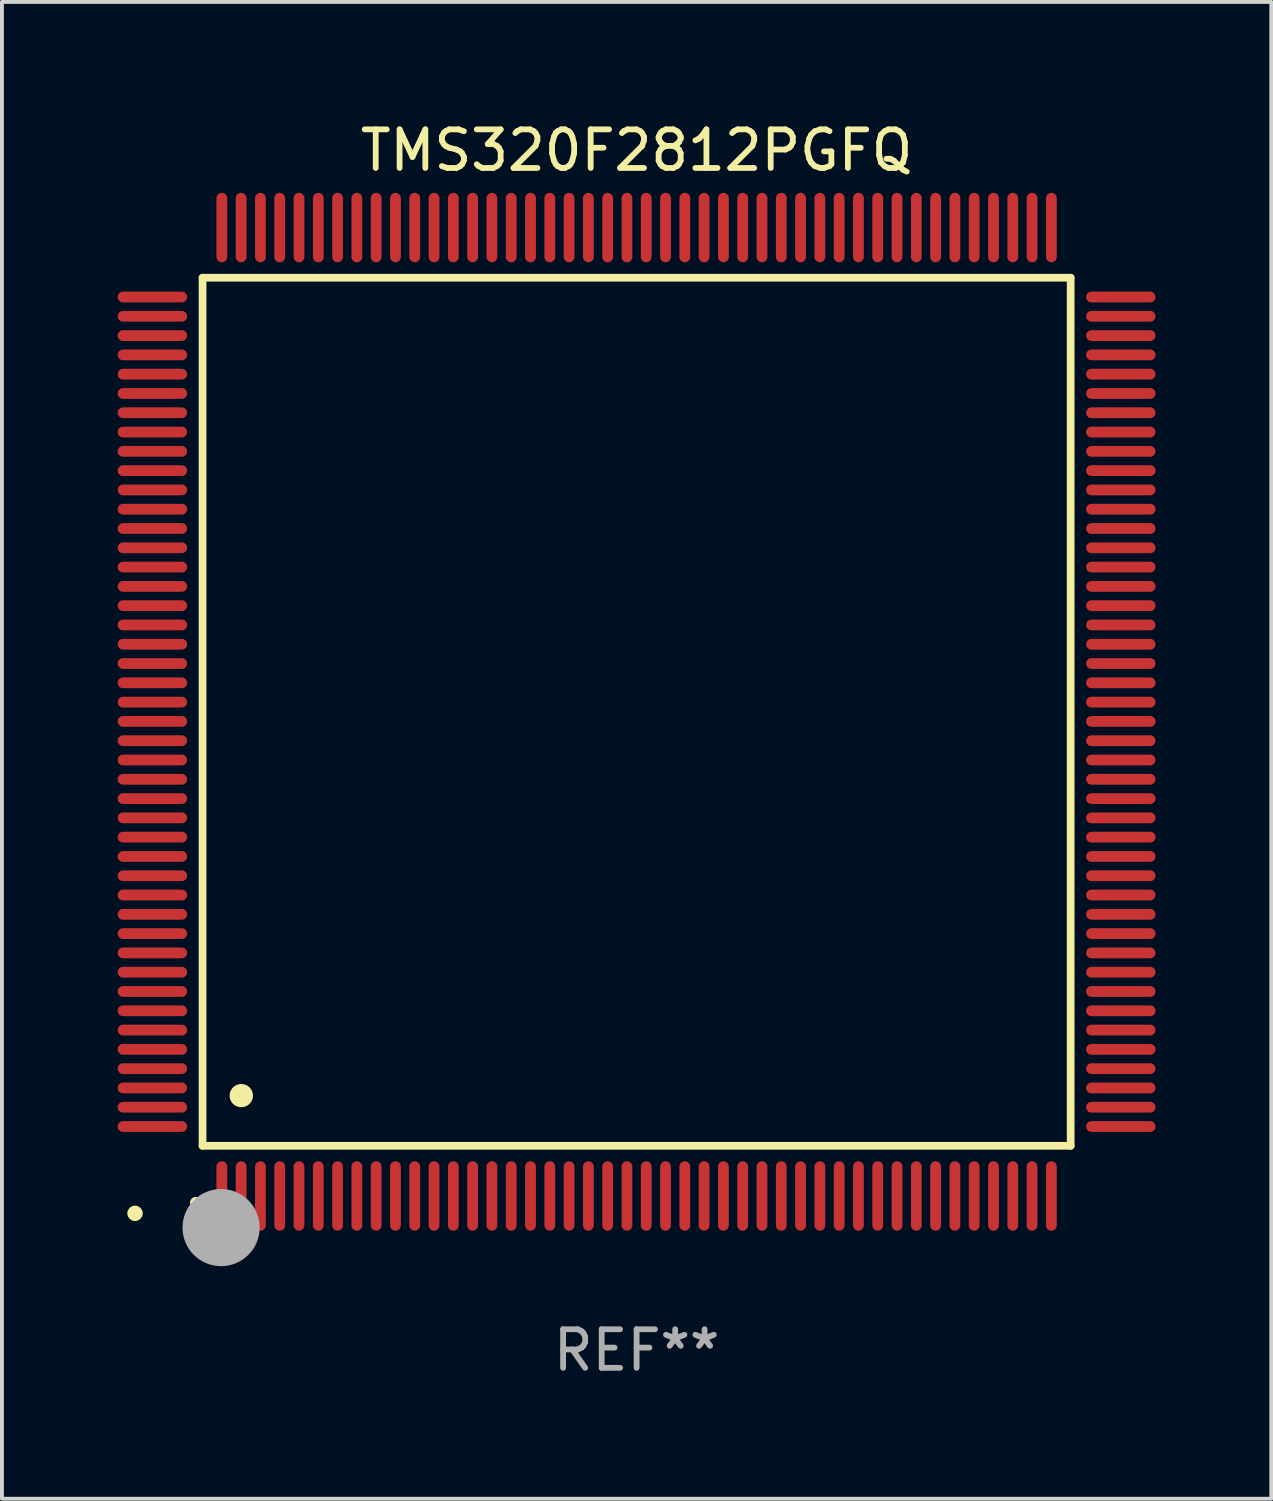
<source format=kicad_pcb>
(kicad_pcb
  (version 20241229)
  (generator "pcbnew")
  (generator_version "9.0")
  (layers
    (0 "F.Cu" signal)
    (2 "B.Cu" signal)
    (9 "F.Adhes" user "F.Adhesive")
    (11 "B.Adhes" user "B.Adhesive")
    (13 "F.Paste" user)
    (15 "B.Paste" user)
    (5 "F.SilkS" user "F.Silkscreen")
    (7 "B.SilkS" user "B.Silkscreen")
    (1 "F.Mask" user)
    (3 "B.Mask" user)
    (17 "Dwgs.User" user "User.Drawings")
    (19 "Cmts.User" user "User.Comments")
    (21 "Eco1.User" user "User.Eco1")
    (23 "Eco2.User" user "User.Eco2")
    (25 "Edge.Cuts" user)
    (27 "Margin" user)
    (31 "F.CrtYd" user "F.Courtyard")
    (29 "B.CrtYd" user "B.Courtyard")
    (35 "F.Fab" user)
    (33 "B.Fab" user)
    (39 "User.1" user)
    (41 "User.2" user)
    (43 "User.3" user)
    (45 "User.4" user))
  (footprint "TMS320F2812PGFQ"
    (layer "F.Cu")
    (at 13.45 15.398)
    (property "Reference" "TMS320F2812PGFQ" (at 0 -14.55 0) (layer "F.SilkS") (effects (font (size 1 1) (thickness 0.15))))
    (attr through_hole)
    (fp_line (start -11.25 -11.25) (end 11.25 -11.25) (stroke (width 0.2) (type solid)) (layer "F.SilkS"))
    (fp_line (start -11.25 11.25) (end -11.25 -11.25) (stroke (width 0.2) (type solid)) (layer "F.SilkS"))
    (fp_line (start 11.25 -11.25) (end 11.25 11.25) (stroke (width 0.2) (type solid)) (layer "F.SilkS"))
    (fp_line (start 11.25 11.25) (end -11.25 11.25) (stroke (width 0.2) (type solid)) (layer "F.SilkS"))
    (fp_arc (start -11.424943 12.725425) (mid -11.423673 12.72542) (end -11.422403 12.725425) (stroke (width 0.3) (type solid)) (layer "F.SilkS"))
    (fp_arc (start -10.24892 9.9492) (mid -10.24638 9.949189) (end -10.24384 9.9492) (stroke (width 0.6) (type solid)) (layer "F.SilkS"))
    (fp_circle (center -13 13) (end -12.9 13) (stroke (width 0.2) (type solid)) (fill no) (layer "F.SilkS"))
    (fp_circle (center -10.77 13.37) (end -10.27 13.37) (stroke (width 1) (type solid)) (fill no) (layer "F.Fab"))
    (fp_text user "REF**" (at 0 16.55 0) (layer "F.Fab") (effects (font (size 1 1) (thickness 0.15))))
    (pad "1" smd oval (at -10.75 12.55) (size 0.28 1.8) (layers "F.Cu" "F.Mask" "F.Paste"))
    (pad "2" smd oval (at -10.25 12.55) (size 0.28 1.8) (layers "F.Cu" "F.Mask" "F.Paste"))
    (pad "3" smd oval (at -9.75 12.55) (size 0.28 1.8) (layers "F.Cu" "F.Mask" "F.Paste"))
    (pad "4" smd oval (at -9.25 12.55) (size 0.28 1.8) (layers "F.Cu" "F.Mask" "F.Paste"))
    (pad "5" smd oval (at -8.75 12.55) (size 0.28 1.8) (layers "F.Cu" "F.Mask" "F.Paste"))
    (pad "6" smd oval (at -8.25 12.55) (size 0.28 1.8) (layers "F.Cu" "F.Mask" "F.Paste"))
    (pad "7" smd oval (at -7.75 12.55) (size 0.28 1.8) (layers "F.Cu" "F.Mask" "F.Paste"))
    (pad "8" smd oval (at -7.25 12.55) (size 0.28 1.8) (layers "F.Cu" "F.Mask" "F.Paste"))
    (pad "9" smd oval (at -6.75 12.55) (size 0.28 1.8) (layers "F.Cu" "F.Mask" "F.Paste"))
    (pad "10" smd oval (at -6.25 12.55) (size 0.28 1.8) (layers "F.Cu" "F.Mask" "F.Paste"))
    (pad "11" smd oval (at -5.75 12.55) (size 0.28 1.8) (layers "F.Cu" "F.Mask" "F.Paste"))
    (pad "12" smd oval (at -5.25 12.55) (size 0.28 1.8) (layers "F.Cu" "F.Mask" "F.Paste"))
    (pad "13" smd oval (at -4.75 12.55) (size 0.28 1.8) (layers "F.Cu" "F.Mask" "F.Paste"))
    (pad "14" smd oval (at -4.25 12.55) (size 0.28 1.8) (layers "F.Cu" "F.Mask" "F.Paste"))
    (pad "15" smd oval (at -3.75 12.55) (size 0.28 1.8) (layers "F.Cu" "F.Mask" "F.Paste"))
    (pad "16" smd oval (at -3.25 12.55) (size 0.28 1.8) (layers "F.Cu" "F.Mask" "F.Paste"))
    (pad "17" smd oval (at -2.75 12.55) (size 0.28 1.8) (layers "F.Cu" "F.Mask" "F.Paste"))
    (pad "18" smd oval (at -2.25 12.55) (size 0.28 1.8) (layers "F.Cu" "F.Mask" "F.Paste"))
    (pad "19" smd oval (at -1.75 12.55) (size 0.28 1.8) (layers "F.Cu" "F.Mask" "F.Paste"))
    (pad "20" smd oval (at -1.25 12.55) (size 0.28 1.8) (layers "F.Cu" "F.Mask" "F.Paste"))
    (pad "21" smd oval (at -0.75 12.55) (size 0.28 1.8) (layers "F.Cu" "F.Mask" "F.Paste"))
    (pad "22" smd oval (at -0.25 12.55) (size 0.28 1.8) (layers "F.Cu" "F.Mask" "F.Paste"))
    (pad "23" smd oval (at 0.25 12.55) (size 0.28 1.8) (layers "F.Cu" "F.Mask" "F.Paste"))
    (pad "24" smd oval (at 0.75 12.55) (size 0.28 1.8) (layers "F.Cu" "F.Mask" "F.Paste"))
    (pad "25" smd oval (at 1.25 12.55) (size 0.28 1.8) (layers "F.Cu" "F.Mask" "F.Paste"))
    (pad "26" smd oval (at 1.75 12.55) (size 0.28 1.8) (layers "F.Cu" "F.Mask" "F.Paste"))
    (pad "27" smd oval (at 2.25 12.55) (size 0.28 1.8) (layers "F.Cu" "F.Mask" "F.Paste"))
    (pad "28" smd oval (at 2.75 12.55) (size 0.28 1.8) (layers "F.Cu" "F.Mask" "F.Paste"))
    (pad "29" smd oval (at 3.25 12.55) (size 0.28 1.8) (layers "F.Cu" "F.Mask" "F.Paste"))
    (pad "30" smd oval (at 3.75 12.55) (size 0.28 1.8) (layers "F.Cu" "F.Mask" "F.Paste"))
    (pad "31" smd oval (at 4.25 12.55) (size 0.28 1.8) (layers "F.Cu" "F.Mask" "F.Paste"))
    (pad "32" smd oval (at 4.75 12.55) (size 0.28 1.8) (layers "F.Cu" "F.Mask" "F.Paste"))
    (pad "33" smd oval (at 5.25 12.55) (size 0.28 1.8) (layers "F.Cu" "F.Mask" "F.Paste"))
    (pad "34" smd oval (at 5.75 12.55) (size 0.28 1.8) (layers "F.Cu" "F.Mask" "F.Paste"))
    (pad "35" smd oval (at 6.25 12.55) (size 0.28 1.8) (layers "F.Cu" "F.Mask" "F.Paste"))
    (pad "36" smd oval (at 6.75 12.55) (size 0.28 1.8) (layers "F.Cu" "F.Mask" "F.Paste"))
    (pad "37" smd oval (at 7.25 12.55) (size 0.28 1.8) (layers "F.Cu" "F.Mask" "F.Paste"))
    (pad "38" smd oval (at 7.75 12.55) (size 0.28 1.8) (layers "F.Cu" "F.Mask" "F.Paste"))
    (pad "39" smd oval (at 8.25 12.55) (size 0.28 1.8) (layers "F.Cu" "F.Mask" "F.Paste"))
    (pad "40" smd oval (at 8.75 12.55) (size 0.28 1.8) (layers "F.Cu" "F.Mask" "F.Paste"))
    (pad "41" smd oval (at 9.25 12.55) (size 0.28 1.8) (layers "F.Cu" "F.Mask" "F.Paste"))
    (pad "42" smd oval (at 9.75 12.55) (size 0.28 1.8) (layers "F.Cu" "F.Mask" "F.Paste"))
    (pad "43" smd oval (at 10.25 12.55) (size 0.28 1.8) (layers "F.Cu" "F.Mask" "F.Paste"))
    (pad "44" smd oval (at 10.75 12.55) (size 0.28 1.8) (layers "F.Cu" "F.Mask" "F.Paste"))
    (pad "45" smd oval (at 12.55 10.75) (size 1.8 0.28) (layers "F.Cu" "F.Mask" "F.Paste"))
    (pad "46" smd oval (at 12.55 10.25) (size 1.8 0.28) (layers "F.Cu" "F.Mask" "F.Paste"))
    (pad "47" smd oval (at 12.55 9.75) (size 1.8 0.28) (layers "F.Cu" "F.Mask" "F.Paste"))
    (pad "48" smd oval (at 12.55 9.25) (size 1.8 0.28) (layers "F.Cu" "F.Mask" "F.Paste"))
    (pad "49" smd oval (at 12.55 8.75) (size 1.8 0.28) (layers "F.Cu" "F.Mask" "F.Paste"))
    (pad "50" smd oval (at 12.55 8.25) (size 1.8 0.28) (layers "F.Cu" "F.Mask" "F.Paste"))
    (pad "51" smd oval (at 12.55 7.75) (size 1.8 0.28) (layers "F.Cu" "F.Mask" "F.Paste"))
    (pad "52" smd oval (at 12.55 7.25) (size 1.8 0.28) (layers "F.Cu" "F.Mask" "F.Paste"))
    (pad "53" smd oval (at 12.55 6.75) (size 1.8 0.28) (layers "F.Cu" "F.Mask" "F.Paste"))
    (pad "54" smd oval (at 12.55 6.25) (size 1.8 0.28) (layers "F.Cu" "F.Mask" "F.Paste"))
    (pad "55" smd oval (at 12.55 5.75) (size 1.8 0.28) (layers "F.Cu" "F.Mask" "F.Paste"))
    (pad "56" smd oval (at 12.55 5.25) (size 1.8 0.28) (layers "F.Cu" "F.Mask" "F.Paste"))
    (pad "57" smd oval (at 12.55 4.75) (size 1.8 0.28) (layers "F.Cu" "F.Mask" "F.Paste"))
    (pad "58" smd oval (at 12.55 4.25) (size 1.8 0.28) (layers "F.Cu" "F.Mask" "F.Paste"))
    (pad "59" smd oval (at 12.55 3.75) (size 1.8 0.28) (layers "F.Cu" "F.Mask" "F.Paste"))
    (pad "60" smd oval (at 12.55 3.25) (size 1.8 0.28) (layers "F.Cu" "F.Mask" "F.Paste"))
    (pad "61" smd oval (at 12.55 2.75) (size 1.8 0.28) (layers "F.Cu" "F.Mask" "F.Paste"))
    (pad "62" smd oval (at 12.55 2.25) (size 1.8 0.28) (layers "F.Cu" "F.Mask" "F.Paste"))
    (pad "63" smd oval (at 12.55 1.75) (size 1.8 0.28) (layers "F.Cu" "F.Mask" "F.Paste"))
    (pad "64" smd oval (at 12.55 1.25) (size 1.8 0.28) (layers "F.Cu" "F.Mask" "F.Paste"))
    (pad "65" smd oval (at 12.55 0.75) (size 1.8 0.28) (layers "F.Cu" "F.Mask" "F.Paste"))
    (pad "66" smd oval (at 12.55 0.25) (size 1.8 0.28) (layers "F.Cu" "F.Mask" "F.Paste"))
    (pad "67" smd oval (at 12.55 -0.25) (size 1.8 0.28) (layers "F.Cu" "F.Mask" "F.Paste"))
    (pad "68" smd oval (at 12.55 -0.75) (size 1.8 0.28) (layers "F.Cu" "F.Mask" "F.Paste"))
    (pad "69" smd oval (at 12.55 -1.25) (size 1.8 0.28) (layers "F.Cu" "F.Mask" "F.Paste"))
    (pad "70" smd oval (at 12.55 -1.75) (size 1.8 0.28) (layers "F.Cu" "F.Mask" "F.Paste"))
    (pad "71" smd oval (at 12.55 -2.25) (size 1.8 0.28) (layers "F.Cu" "F.Mask" "F.Paste"))
    (pad "72" smd oval (at 12.55 -2.75) (size 1.8 0.28) (layers "F.Cu" "F.Mask" "F.Paste"))
    (pad "73" smd oval (at 12.55 -3.25) (size 1.8 0.28) (layers "F.Cu" "F.Mask" "F.Paste"))
    (pad "74" smd oval (at 12.55 -3.75) (size 1.8 0.28) (layers "F.Cu" "F.Mask" "F.Paste"))
    (pad "75" smd oval (at 12.55 -4.25) (size 1.8 0.28) (layers "F.Cu" "F.Mask" "F.Paste"))
    (pad "76" smd oval (at 12.55 -4.75) (size 1.8 0.28) (layers "F.Cu" "F.Mask" "F.Paste"))
    (pad "77" smd oval (at 12.55 -5.25) (size 1.8 0.28) (layers "F.Cu" "F.Mask" "F.Paste"))
    (pad "78" smd oval (at 12.55 -5.75) (size 1.8 0.28) (layers "F.Cu" "F.Mask" "F.Paste"))
    (pad "79" smd oval (at 12.55 -6.25) (size 1.8 0.28) (layers "F.Cu" "F.Mask" "F.Paste"))
    (pad "80" smd oval (at 12.55 -6.75) (size 1.8 0.28) (layers "F.Cu" "F.Mask" "F.Paste"))
    (pad "81" smd oval (at 12.55 -7.25) (size 1.8 0.28) (layers "F.Cu" "F.Mask" "F.Paste"))
    (pad "82" smd oval (at 12.55 -7.75) (size 1.8 0.28) (layers "F.Cu" "F.Mask" "F.Paste"))
    (pad "83" smd oval (at 12.55 -8.25) (size 1.8 0.28) (layers "F.Cu" "F.Mask" "F.Paste"))
    (pad "84" smd oval (at 12.55 -8.75) (size 1.8 0.28) (layers "F.Cu" "F.Mask" "F.Paste"))
    (pad "85" smd oval (at 12.55 -9.25) (size 1.8 0.28) (layers "F.Cu" "F.Mask" "F.Paste"))
    (pad "86" smd oval (at 12.55 -9.75) (size 1.8 0.28) (layers "F.Cu" "F.Mask" "F.Paste"))
    (pad "87" smd oval (at 12.55 -10.25) (size 1.8 0.28) (layers "F.Cu" "F.Mask" "F.Paste"))
    (pad "88" smd oval (at 12.55 -10.75) (size 1.8 0.28) (layers "F.Cu" "F.Mask" "F.Paste"))
    (pad "89" smd oval (at 10.75 -12.55) (size 0.28 1.8) (layers "F.Cu" "F.Mask" "F.Paste"))
    (pad "90" smd oval (at 10.25 -12.55) (size 0.28 1.8) (layers "F.Cu" "F.Mask" "F.Paste"))
    (pad "91" smd oval (at 9.75 -12.55) (size 0.28 1.8) (layers "F.Cu" "F.Mask" "F.Paste"))
    (pad "92" smd oval (at 9.25 -12.55) (size 0.28 1.8) (layers "F.Cu" "F.Mask" "F.Paste"))
    (pad "93" smd oval (at 8.75 -12.55) (size 0.28 1.8) (layers "F.Cu" "F.Mask" "F.Paste"))
    (pad "94" smd oval (at 8.25 -12.55) (size 0.28 1.8) (layers "F.Cu" "F.Mask" "F.Paste"))
    (pad "95" smd oval (at 7.75 -12.55) (size 0.28 1.8) (layers "F.Cu" "F.Mask" "F.Paste"))
    (pad "96" smd oval (at 7.25 -12.55) (size 0.28 1.8) (layers "F.Cu" "F.Mask" "F.Paste"))
    (pad "97" smd oval (at 6.75 -12.55) (size 0.28 1.8) (layers "F.Cu" "F.Mask" "F.Paste"))
    (pad "98" smd oval (at 6.25 -12.55) (size 0.28 1.8) (layers "F.Cu" "F.Mask" "F.Paste"))
    (pad "99" smd oval (at 5.75 -12.55) (size 0.28 1.8) (layers "F.Cu" "F.Mask" "F.Paste"))
    (pad "100" smd oval (at 5.25 -12.55) (size 0.28 1.8) (layers "F.Cu" "F.Mask" "F.Paste"))
    (pad "101" smd oval (at 4.75 -12.55) (size 0.28 1.8) (layers "F.Cu" "F.Mask" "F.Paste"))
    (pad "102" smd oval (at 4.25 -12.55) (size 0.28 1.8) (layers "F.Cu" "F.Mask" "F.Paste"))
    (pad "103" smd oval (at 3.75 -12.55) (size 0.28 1.8) (layers "F.Cu" "F.Mask" "F.Paste"))
    (pad "104" smd oval (at 3.25 -12.55) (size 0.28 1.8) (layers "F.Cu" "F.Mask" "F.Paste"))
    (pad "105" smd oval (at 2.75 -12.55) (size 0.28 1.8) (layers "F.Cu" "F.Mask" "F.Paste"))
    (pad "106" smd oval (at 2.25 -12.55) (size 0.28 1.8) (layers "F.Cu" "F.Mask" "F.Paste"))
    (pad "107" smd oval (at 1.75 -12.55) (size 0.28 1.8) (layers "F.Cu" "F.Mask" "F.Paste"))
    (pad "108" smd oval (at 1.25 -12.55) (size 0.28 1.8) (layers "F.Cu" "F.Mask" "F.Paste"))
    (pad "109" smd oval (at 0.75 -12.55) (size 0.28 1.8) (layers "F.Cu" "F.Mask" "F.Paste"))
    (pad "110" smd oval (at 0.25 -12.55) (size 0.28 1.8) (layers "F.Cu" "F.Mask" "F.Paste"))
    (pad "111" smd oval (at -0.25 -12.55) (size 0.28 1.8) (layers "F.Cu" "F.Mask" "F.Paste"))
    (pad "112" smd oval (at -0.75 -12.55) (size 0.28 1.8) (layers "F.Cu" "F.Mask" "F.Paste"))
    (pad "113" smd oval (at -1.25 -12.55) (size 0.28 1.8) (layers "F.Cu" "F.Mask" "F.Paste"))
    (pad "114" smd oval (at -1.75 -12.55) (size 0.28 1.8) (layers "F.Cu" "F.Mask" "F.Paste"))
    (pad "115" smd oval (at -2.25 -12.55) (size 0.28 1.8) (layers "F.Cu" "F.Mask" "F.Paste"))
    (pad "116" smd oval (at -2.75 -12.55) (size 0.28 1.8) (layers "F.Cu" "F.Mask" "F.Paste"))
    (pad "117" smd oval (at -3.25 -12.55) (size 0.28 1.8) (layers "F.Cu" "F.Mask" "F.Paste"))
    (pad "118" smd oval (at -3.75 -12.55) (size 0.28 1.8) (layers "F.Cu" "F.Mask" "F.Paste"))
    (pad "119" smd oval (at -4.25 -12.55) (size 0.28 1.8) (layers "F.Cu" "F.Mask" "F.Paste"))
    (pad "120" smd oval (at -4.75 -12.55) (size 0.28 1.8) (layers "F.Cu" "F.Mask" "F.Paste"))
    (pad "121" smd oval (at -5.25 -12.55) (size 0.28 1.8) (layers "F.Cu" "F.Mask" "F.Paste"))
    (pad "122" smd oval (at -5.75 -12.55) (size 0.28 1.8) (layers "F.Cu" "F.Mask" "F.Paste"))
    (pad "123" smd oval (at -6.25 -12.55) (size 0.28 1.8) (layers "F.Cu" "F.Mask" "F.Paste"))
    (pad "124" smd oval (at -6.75 -12.55) (size 0.28 1.8) (layers "F.Cu" "F.Mask" "F.Paste"))
    (pad "125" smd oval (at -7.25 -12.55) (size 0.28 1.8) (layers "F.Cu" "F.Mask" "F.Paste"))
    (pad "126" smd oval (at -7.75 -12.55) (size 0.28 1.8) (layers "F.Cu" "F.Mask" "F.Paste"))
    (pad "127" smd oval (at -8.25 -12.55) (size 0.28 1.8) (layers "F.Cu" "F.Mask" "F.Paste"))
    (pad "128" smd oval (at -8.75 -12.55) (size 0.28 1.8) (layers "F.Cu" "F.Mask" "F.Paste"))
    (pad "129" smd oval (at -9.25 -12.55) (size 0.28 1.8) (layers "F.Cu" "F.Mask" "F.Paste"))
    (pad "130" smd oval (at -9.75 -12.55) (size 0.28 1.8) (layers "F.Cu" "F.Mask" "F.Paste"))
    (pad "131" smd oval (at -10.25 -12.55) (size 0.28 1.8) (layers "F.Cu" "F.Mask" "F.Paste"))
    (pad "132" smd oval (at -10.75 -12.55) (size 0.28 1.8) (layers "F.Cu" "F.Mask" "F.Paste"))
    (pad "133" smd oval (at -12.55 -10.75) (size 1.8 0.28) (layers "F.Cu" "F.Mask" "F.Paste"))
    (pad "134" smd oval (at -12.55 -10.25) (size 1.8 0.28) (layers "F.Cu" "F.Mask" "F.Paste"))
    (pad "135" smd oval (at -12.55 -9.75) (size 1.8 0.28) (layers "F.Cu" "F.Mask" "F.Paste"))
    (pad "136" smd oval (at -12.55 -9.25) (size 1.8 0.28) (layers "F.Cu" "F.Mask" "F.Paste"))
    (pad "137" smd oval (at -12.55 -8.75) (size 1.8 0.28) (layers "F.Cu" "F.Mask" "F.Paste"))
    (pad "138" smd oval (at -12.55 -8.25) (size 1.8 0.28) (layers "F.Cu" "F.Mask" "F.Paste"))
    (pad "139" smd oval (at -12.55 -7.75) (size 1.8 0.28) (layers "F.Cu" "F.Mask" "F.Paste"))
    (pad "140" smd oval (at -12.55 -7.25) (size 1.8 0.28) (layers "F.Cu" "F.Mask" "F.Paste"))
    (pad "141" smd oval (at -12.55 -6.75) (size 1.8 0.28) (layers "F.Cu" "F.Mask" "F.Paste"))
    (pad "142" smd oval (at -12.55 -6.25) (size 1.8 0.28) (layers "F.Cu" "F.Mask" "F.Paste"))
    (pad "143" smd oval (at -12.55 -5.75) (size 1.8 0.28) (layers "F.Cu" "F.Mask" "F.Paste"))
    (pad "144" smd oval (at -12.55 -5.25) (size 1.8 0.28) (layers "F.Cu" "F.Mask" "F.Paste"))
    (pad "145" smd oval (at -12.55 -4.75) (size 1.8 0.28) (layers "F.Cu" "F.Mask" "F.Paste"))
    (pad "146" smd oval (at -12.55 -4.25) (size 1.8 0.28) (layers "F.Cu" "F.Mask" "F.Paste"))
    (pad "147" smd oval (at -12.55 -3.75) (size 1.8 0.28) (layers "F.Cu" "F.Mask" "F.Paste"))
    (pad "148" smd oval (at -12.55 -3.25) (size 1.8 0.28) (layers "F.Cu" "F.Mask" "F.Paste"))
    (pad "149" smd oval (at -12.55 -2.75) (size 1.8 0.28) (layers "F.Cu" "F.Mask" "F.Paste"))
    (pad "150" smd oval (at -12.55 -2.25) (size 1.8 0.28) (layers "F.Cu" "F.Mask" "F.Paste"))
    (pad "151" smd oval (at -12.55 -1.75) (size 1.8 0.28) (layers "F.Cu" "F.Mask" "F.Paste"))
    (pad "152" smd oval (at -12.55 -1.25) (size 1.8 0.28) (layers "F.Cu" "F.Mask" "F.Paste"))
    (pad "153" smd oval (at -12.55 -0.75) (size 1.8 0.28) (layers "F.Cu" "F.Mask" "F.Paste"))
    (pad "154" smd oval (at -12.55 -0.25) (size 1.8 0.28) (layers "F.Cu" "F.Mask" "F.Paste"))
    (pad "155" smd oval (at -12.55 0.25) (size 1.8 0.28) (layers "F.Cu" "F.Mask" "F.Paste"))
    (pad "156" smd oval (at -12.55 0.75) (size 1.8 0.28) (layers "F.Cu" "F.Mask" "F.Paste"))
    (pad "157" smd oval (at -12.55 1.25) (size 1.8 0.28) (layers "F.Cu" "F.Mask" "F.Paste"))
    (pad "158" smd oval (at -12.55 1.75) (size 1.8 0.28) (layers "F.Cu" "F.Mask" "F.Paste"))
    (pad "159" smd oval (at -12.55 2.25) (size 1.8 0.28) (layers "F.Cu" "F.Mask" "F.Paste"))
    (pad "160" smd oval (at -12.55 2.75) (size 1.8 0.28) (layers "F.Cu" "F.Mask" "F.Paste"))
    (pad "161" smd oval (at -12.55 3.25) (size 1.8 0.28) (layers "F.Cu" "F.Mask" "F.Paste"))
    (pad "162" smd oval (at -12.55 3.75) (size 1.8 0.28) (layers "F.Cu" "F.Mask" "F.Paste"))
    (pad "163" smd oval (at -12.55 4.25) (size 1.8 0.28) (layers "F.Cu" "F.Mask" "F.Paste"))
    (pad "164" smd oval (at -12.55 4.75) (size 1.8 0.28) (layers "F.Cu" "F.Mask" "F.Paste"))
    (pad "165" smd oval (at -12.55 5.25) (size 1.8 0.28) (layers "F.Cu" "F.Mask" "F.Paste"))
    (pad "166" smd oval (at -12.55 5.75) (size 1.8 0.28) (layers "F.Cu" "F.Mask" "F.Paste"))
    (pad "167" smd oval (at -12.55 6.25) (size 1.8 0.28) (layers "F.Cu" "F.Mask" "F.Paste"))
    (pad "168" smd oval (at -12.55 6.75) (size 1.8 0.28) (layers "F.Cu" "F.Mask" "F.Paste"))
    (pad "169" smd oval (at -12.55 7.25) (size 1.8 0.28) (layers "F.Cu" "F.Mask" "F.Paste"))
    (pad "170" smd oval (at -12.55 7.75) (size 1.8 0.28) (layers "F.Cu" "F.Mask" "F.Paste"))
    (pad "171" smd oval (at -12.55 8.25) (size 1.8 0.28) (layers "F.Cu" "F.Mask" "F.Paste"))
    (pad "172" smd oval (at -12.55 8.75) (size 1.8 0.28) (layers "F.Cu" "F.Mask" "F.Paste"))
    (pad "173" smd oval (at -12.55 9.25) (size 1.8 0.28) (layers "F.Cu" "F.Mask" "F.Paste"))
    (pad "174" smd oval (at -12.55 9.75) (size 1.8 0.28) (layers "F.Cu" "F.Mask" "F.Paste"))
    (pad "175" smd oval (at -12.55 10.25) (size 1.8 0.28) (layers "F.Cu" "F.Mask" "F.Paste"))
    (pad "176" smd oval (at -12.55 10.75) (size 1.8 0.28) (layers "F.Cu" "F.Mask" "F.Paste")))
  (gr_rect
    (start -3 -3)
    (end 29.9 35.796)
    (stroke (width 0.1) (type default))
    (fill no)
    (layer "Edge.Cuts")))
</source>
